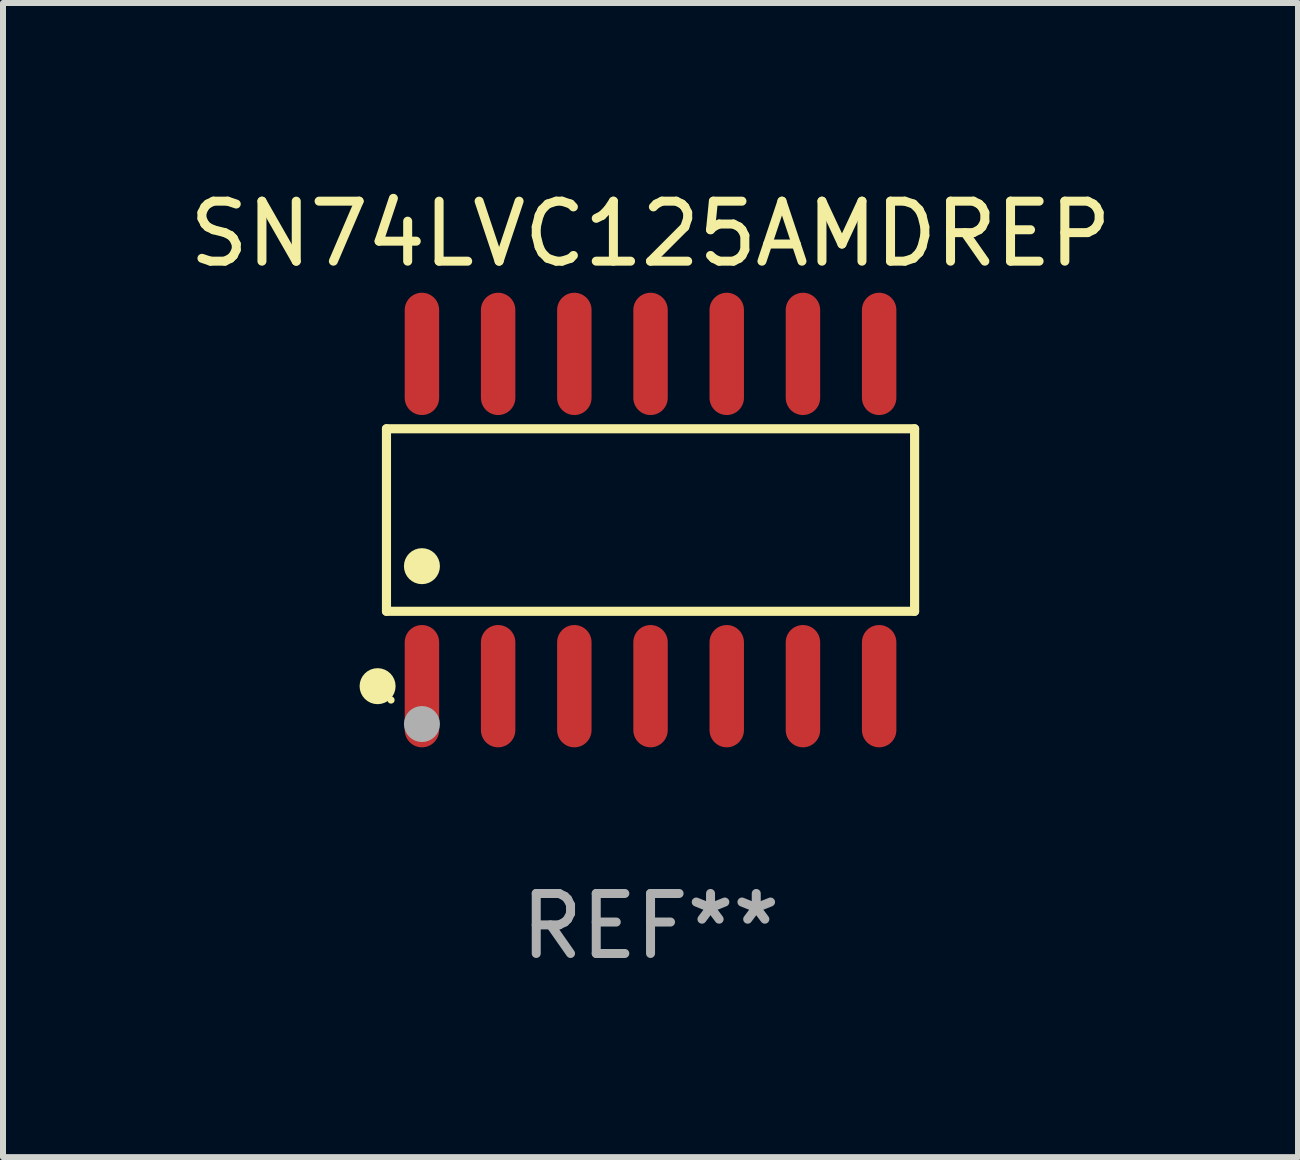
<source format=kicad_pcb>
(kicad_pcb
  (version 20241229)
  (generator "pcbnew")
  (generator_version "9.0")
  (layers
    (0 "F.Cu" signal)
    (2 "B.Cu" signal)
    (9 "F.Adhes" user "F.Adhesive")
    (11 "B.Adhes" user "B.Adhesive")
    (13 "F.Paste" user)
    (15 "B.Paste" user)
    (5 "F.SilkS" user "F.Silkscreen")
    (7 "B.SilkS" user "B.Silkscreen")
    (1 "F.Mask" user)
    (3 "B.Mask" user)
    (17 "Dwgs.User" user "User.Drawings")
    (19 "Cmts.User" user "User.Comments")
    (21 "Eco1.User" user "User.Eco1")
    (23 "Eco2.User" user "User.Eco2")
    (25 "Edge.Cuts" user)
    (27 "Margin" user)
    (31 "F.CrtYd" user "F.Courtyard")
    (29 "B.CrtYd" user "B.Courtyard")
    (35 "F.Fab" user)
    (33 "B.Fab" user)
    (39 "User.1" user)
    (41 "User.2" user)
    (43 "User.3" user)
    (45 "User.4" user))
  (footprint "SN74LVC125AMDREP"
    (layer "F.Cu")
    (at 7.792 5.617)
    (property "Reference" "SN74LVC125AMDREP" (at 0 -4.769 0) (layer "F.SilkS") (effects (font (size 1 1) (thickness 0.15))))
    (attr through_hole)
    (fp_line (start -4.401 -1.521) (end 4.401 -1.521) (stroke (width 0.152) (type solid)) (layer "F.SilkS"))
    (fp_line (start -4.401 1.521) (end -4.401 -1.521) (stroke (width 0.152) (type solid)) (layer "F.SilkS"))
    (fp_line (start 4.401 -1.521) (end 4.401 1.521) (stroke (width 0.152) (type solid)) (layer "F.SilkS"))
    (fp_line (start 4.401 1.521) (end -4.401 1.521) (stroke (width 0.152) (type solid)) (layer "F.SilkS"))
    (fp_circle (center -4.549 2.769) (end -4.399 2.769) (stroke (width 0.3) (type solid)) (fill no) (layer "F.SilkS"))
    (fp_circle (center -4.325 3) (end -4.295 3) (stroke (width 0.06) (type solid)) (fill no) (layer "F.SilkS"))
    (fp_circle (center -3.81 0.769) (end -3.66 0.769) (stroke (width 0.3) (type solid)) (fill no) (layer "F.SilkS"))
    (fp_circle (center -3.81 3.4) (end -3.66 3.4) (stroke (width 0.3) (type solid)) (fill no) (layer "F.Fab"))
    (fp_text user "REF**" (at 0 6.769 0) (layer "F.Fab") (effects (font (size 1 1) (thickness 0.15))))
    (pad "1" smd oval (at -3.81 2.769) (size 0.574 2.038) (layers "F.Cu" "F.Mask" "F.Paste"))
    (pad "2" smd oval (at -2.54 2.769) (size 0.574 2.038) (layers "F.Cu" "F.Mask" "F.Paste"))
    (pad "3" smd oval (at -1.27 2.769) (size 0.574 2.038) (layers "F.Cu" "F.Mask" "F.Paste"))
    (pad "4" smd oval (at 0 2.769) (size 0.574 2.038) (layers "F.Cu" "F.Mask" "F.Paste"))
    (pad "5" smd oval (at 1.27 2.769) (size 0.574 2.038) (layers "F.Cu" "F.Mask" "F.Paste"))
    (pad "6" smd oval (at 2.54 2.769) (size 0.574 2.038) (layers "F.Cu" "F.Mask" "F.Paste"))
    (pad "7" smd oval (at 3.81 2.769) (size 0.574 2.038) (layers "F.Cu" "F.Mask" "F.Paste"))
    (pad "8" smd oval (at 3.81 -2.769) (size 0.574 2.038) (layers "F.Cu" "F.Mask" "F.Paste"))
    (pad "9" smd oval (at 2.54 -2.769) (size 0.574 2.038) (layers "F.Cu" "F.Mask" "F.Paste"))
    (pad "10" smd oval (at 1.27 -2.769) (size 0.574 2.038) (layers "F.Cu" "F.Mask" "F.Paste"))
    (pad "11" smd oval (at 0 -2.769) (size 0.574 2.038) (layers "F.Cu" "F.Mask" "F.Paste"))
    (pad "12" smd oval (at -1.27 -2.769) (size 0.574 2.038) (layers "F.Cu" "F.Mask" "F.Paste"))
    (pad "13" smd oval (at -2.54 -2.769) (size 0.574 2.038) (layers "F.Cu" "F.Mask" "F.Paste"))
    (pad "14" smd oval (at -3.81 -2.769) (size 0.574 2.038) (layers "F.Cu" "F.Mask" "F.Paste")))
  (gr_rect
    (start -3 -3)
    (end 18.583 16.235)
    (stroke (width 0.1) (type default))
    (fill no)
    (layer "Edge.Cuts")))
</source>
